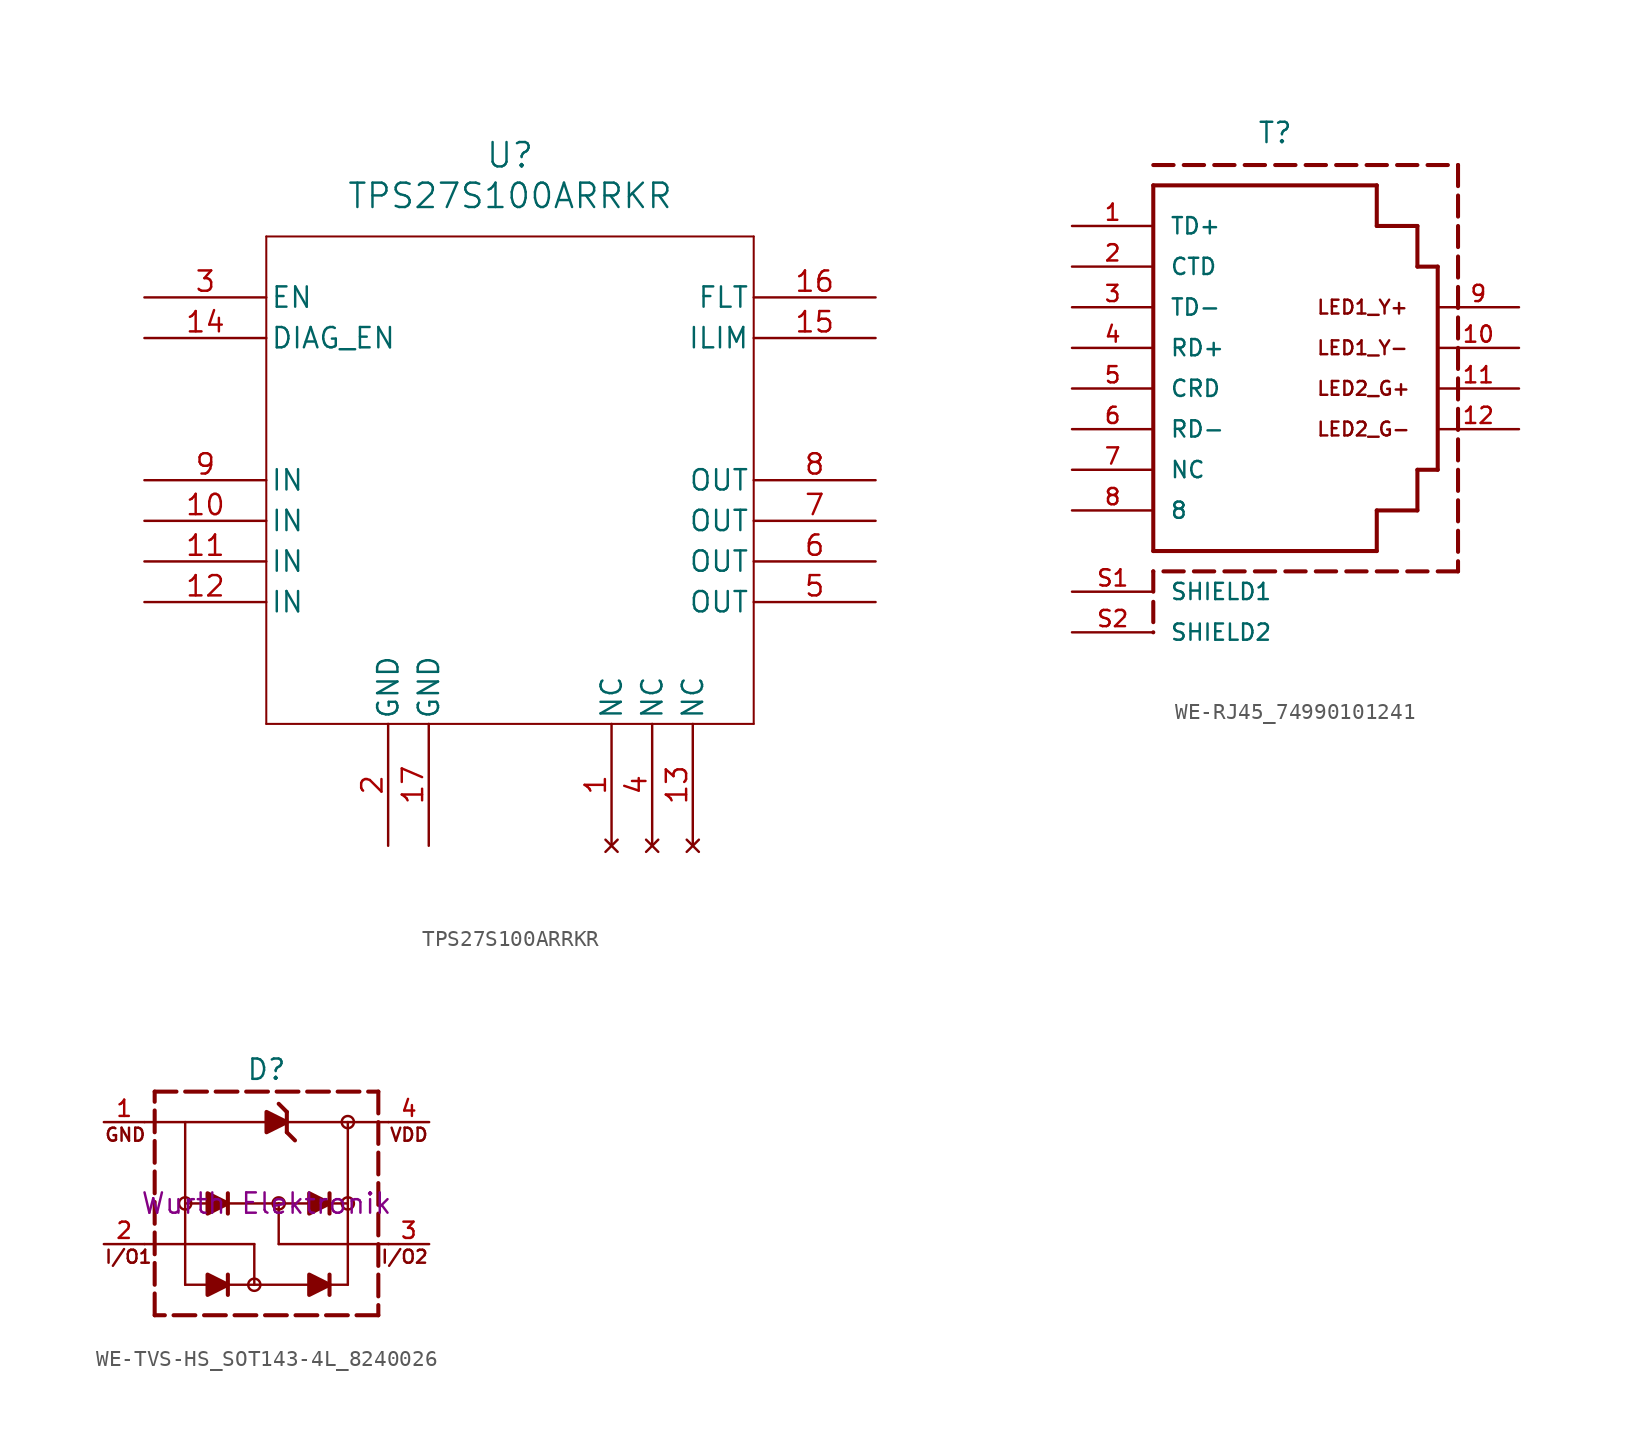
<source format=kicad_sym>
(kicad_symbol_lib
  (version 20241209)
  (generator "kicad_symbol_editor")
  (generator_version "9.0")
  (symbol "TPS27S100ARRKR"
    (pin_names
      (offset 0.254))
    (property "Reference" "U"
      (at 0 20.32 0)
      (effects (font (size 1.524 1.524))))
    (property "Value" "TPS27S100ARRKR"
      (at 0 17.78 0)
      (effects (font (size 1.524 1.524))))
    (symbol "TPS27S100ARRKR_0_1"
      (polyline (pts (xy -15.24 15.24) (xy -15.24 -15.24)) (stroke (width 0.127) (type default)) (fill (type none)))
      (polyline (pts (xy -15.24 -15.24) (xy 15.24 -15.24)) (stroke (width 0.127) (type default)) (fill (type none)))
      (polyline (pts (xy 15.24 15.24) (xy -15.24 15.24)) (stroke (width 0.127) (type default)) (fill (type none)))
      (polyline (pts (xy 15.24 -15.24) (xy 15.24 15.24)) (stroke (width 0.127) (type default)) (fill (type none)))
      (pin input line (at -22.86 11.43 0) (length 7.62) (name "EN" (effects (font (size 1.27 1.27)))) (number "3" (effects (font (size 1.27 1.27)))))
      (pin input line (at -22.86 8.89 0) (length 7.62) (name "DIAG_EN" (effects (font (size 1.27 1.27)))) (number "14" (effects (font (size 1.27 1.27)))))
      (pin power_in line (at -22.86 0 0) (length 7.62) (name "IN" (effects (font (size 1.27 1.27)))) (number "9" (effects (font (size 1.27 1.27)))))
      (pin power_in line (at -22.86 -2.54 0) (length 7.62) (name "IN" (effects (font (size 1.27 1.27)))) (number "10" (effects (font (size 1.27 1.27)))))
      (pin power_in line (at -22.86 -5.08 0) (length 7.62) (name "IN" (effects (font (size 1.27 1.27)))) (number "11" (effects (font (size 1.27 1.27)))))
      (pin power_in line (at -22.86 -7.62 0) (length 7.62) (name "IN" (effects (font (size 1.27 1.27)))) (number "12" (effects (font (size 1.27 1.27)))))
      (pin power_out line (at -7.62 -22.86 90) (length 7.62) (name "GND" (effects (font (size 1.27 1.27)))) (number "2" (effects (font (size 1.27 1.27)))))
      (pin power_out line (at -5.08 -22.86 90) (length 7.62) (name "GND" (effects (font (size 1.27 1.27)))) (number "17" (effects (font (size 1.27 1.27)))))
      (pin no_connect line (at 6.35 -22.86 90) (length 7.62) (name "NC" (effects (font (size 1.27 1.27)))) (number "1" (effects (font (size 1.27 1.27)))))
      (pin no_connect line (at 8.89 -22.86 90) (length 7.62) (name "NC" (effects (font (size 1.27 1.27)))) (number "4" (effects (font (size 1.27 1.27)))))
      (pin no_connect line (at 11.43 -22.86 90) (length 7.62) (name "NC" (effects (font (size 1.27 1.27)))) (number "13" (effects (font (size 1.27 1.27)))))
      (pin output line (at 22.86 11.43 180) (length 7.62) (name "FLT" (effects (font (size 1.27 1.27)))) (number "16" (effects (font (size 1.27 1.27)))))
      (pin output line (at 22.86 8.89 180) (length 7.62) (name "ILIM" (effects (font (size 1.27 1.27)))) (number "15" (effects (font (size 1.27 1.27)))))
      (pin output line (at 22.86 0 180) (length 7.62) (name "OUT" (effects (font (size 1.27 1.27)))) (number "8" (effects (font (size 1.27 1.27)))))
      (pin output line (at 22.86 -2.54 180) (length 7.62) (name "OUT" (effects (font (size 1.27 1.27)))) (number "7" (effects (font (size 1.27 1.27)))))
      (pin output line (at 22.86 -5.08 180) (length 7.62) (name "OUT" (effects (font (size 1.27 1.27)))) (number "6" (effects (font (size 1.27 1.27)))))
      (pin output line (at 22.86 -7.62 180) (length 7.62) (name "OUT" (effects (font (size 1.27 1.27)))) (number "5" (effects (font (size 1.27 1.27)))))))
  (symbol "WE-RJ45_74990101241"
    (pin_names
      (offset 1.016))
    (property "Reference" "T"
      (at 0 15.24 0)
      (effects (font (size 1.27 1.27)) (justify bottom)))
    (symbol "WE-RJ45_74990101241_0_0"
      (polyline (pts (xy -7.62 13.97) (xy -6.35 13.97)) (stroke (width 0.254) (type default)) (fill (type none)))
      (polyline (pts (xy -7.62 12.7) (xy 6.35 12.7)) (stroke (width 0.254) (type default)) (fill (type none)))
      (polyline (pts (xy -7.62 -10.16) (xy -7.62 12.7)) (stroke (width 0.254) (type default)) (fill (type none)))
      (polyline (pts (xy -7.62 -11.43) (xy -7.62 -11.43)) (stroke (width 0.254) (type default)) (fill (type none)))
      (polyline (pts (xy -7.62 -11.43) (xy -7.62 -12.7)) (stroke (width 0.254) (type default)) (fill (type none)))
      (polyline (pts (xy -7.62 -13.335) (xy -7.62 -14.605)) (stroke (width 0.254) (type default)) (fill (type none)))
      (polyline (pts (xy -7.62 -15.24) (xy -7.62 -15.24)) (stroke (width 0.254) (type default)) (fill (type none)))
      (polyline (pts (xy -5.715 13.97) (xy -4.445 13.97)) (stroke (width 0.254) (type default)) (fill (type none)))
      (polyline (pts (xy -5.715 -11.43) (xy -6.985 -11.43)) (stroke (width 0.254) (type default)) (fill (type none)))
      (polyline (pts (xy -3.81 13.97) (xy -2.54 13.97)) (stroke (width 0.254) (type default)) (fill (type none)))
      (polyline (pts (xy -3.81 -11.43) (xy -5.08 -11.43)) (stroke (width 0.254) (type default)) (fill (type none)))
      (polyline (pts (xy -1.905 13.97) (xy -0.635 13.97)) (stroke (width 0.254) (type default)) (fill (type none)))
      (polyline (pts (xy -1.905 -11.43) (xy -3.175 -11.43)) (stroke (width 0.254) (type default)) (fill (type none)))
      (polyline (pts (xy 0 13.97) (xy 1.27 13.97)) (stroke (width 0.254) (type default)) (fill (type none)))
      (polyline (pts (xy 0 -11.43) (xy -1.27 -11.43)) (stroke (width 0.254) (type default)) (fill (type none)))
      (polyline (pts (xy 1.905 13.97) (xy 3.175 13.97)) (stroke (width 0.254) (type default)) (fill (type none)))
      (polyline (pts (xy 1.905 -11.43) (xy 0.635 -11.43)) (stroke (width 0.254) (type default)) (fill (type none)))
      (polyline (pts (xy 3.81 13.97) (xy 5.08 13.97)) (stroke (width 0.254) (type default)) (fill (type none)))
      (polyline (pts (xy 3.81 -11.43) (xy 2.54 -11.43)) (stroke (width 0.254) (type default)) (fill (type none)))
      (polyline (pts (xy 5.715 13.97) (xy 6.985 13.97)) (stroke (width 0.254) (type default)) (fill (type none)))
      (polyline (pts (xy 5.715 -11.43) (xy 4.445 -11.43)) (stroke (width 0.254) (type default)) (fill (type none)))
      (polyline (pts (xy 6.35 12.7) (xy 6.35 10.16)) (stroke (width 0.254) (type default)) (fill (type none)))
      (polyline (pts (xy 6.35 10.16) (xy 8.89 10.16)) (stroke (width 0.254) (type default)) (fill (type none)))
      (polyline (pts (xy 6.35 -7.62) (xy 8.89 -7.62)) (stroke (width 0.254) (type default)) (fill (type none)))
      (polyline (pts (xy 6.35 -10.16) (xy -7.62 -10.16)) (stroke (width 0.254) (type default)) (fill (type none)))
      (polyline (pts (xy 6.35 -10.16) (xy 6.35 -7.62)) (stroke (width 0.254) (type default)) (fill (type none)))
      (polyline (pts (xy 7.62 13.97) (xy 8.89 13.97)) (stroke (width 0.254) (type default)) (fill (type none)))
      (polyline (pts (xy 7.62 -11.43) (xy 6.35 -11.43)) (stroke (width 0.254) (type default)) (fill (type none)))
      (polyline (pts (xy 8.89 10.16) (xy 8.89 7.62)) (stroke (width 0.254) (type default)) (fill (type none)))
      (polyline (pts (xy 8.89 7.62) (xy 10.16 7.62)) (stroke (width 0.254) (type default)) (fill (type none)))
      (polyline (pts (xy 8.89 -5.08) (xy 10.16 -5.08)) (stroke (width 0.254) (type default)) (fill (type none)))
      (polyline (pts (xy 8.89 -7.62) (xy 8.89 -5.08)) (stroke (width 0.254) (type default)) (fill (type none)))
      (polyline (pts (xy 9.525 13.97) (xy 10.795 13.97)) (stroke (width 0.254) (type default)) (fill (type none)))
      (polyline (pts (xy 9.525 -11.43) (xy 8.255 -11.43)) (stroke (width 0.254) (type default)) (fill (type none)))
      (polyline (pts (xy 10.16 7.62) (xy 10.16 -5.08)) (stroke (width 0.254) (type default)) (fill (type none)))
      (polyline (pts (xy 11.43 13.97) (xy 11.43 13.97)) (stroke (width 0.254) (type default)) (fill (type none)))
      (polyline (pts (xy 11.43 13.97) (xy 11.43 12.651)) (stroke (width 0.254) (type default)) (fill (type none)))
      (polyline (pts (xy 11.43 12.065) (xy 11.43 10.746)) (stroke (width 0.254) (type default)) (fill (type none)))
      (polyline (pts (xy 11.43 10.16) (xy 11.43 8.841)) (stroke (width 0.254) (type default)) (fill (type none)))
      (polyline (pts (xy 11.43 8.255) (xy 11.43 6.936)) (stroke (width 0.254) (type default)) (fill (type none)))
      (polyline (pts (xy 11.43 6.35) (xy 11.43 5.031)) (stroke (width 0.254) (type default)) (fill (type none)))
      (polyline (pts (xy 11.43 4.445) (xy 11.43 3.126)) (stroke (width 0.254) (type default)) (fill (type none)))
      (polyline (pts (xy 11.43 2.54) (xy 11.43 1.221)) (stroke (width 0.254) (type default)) (fill (type none)))
      (polyline (pts (xy 11.43 0.635) (xy 11.43 -0.684)) (stroke (width 0.254) (type default)) (fill (type none)))
      (polyline (pts (xy 11.43 -1.27) (xy 11.43 -2.589)) (stroke (width 0.254) (type default)) (fill (type none)))
      (polyline (pts (xy 11.43 -3.175) (xy 11.43 -4.494)) (stroke (width 0.254) (type default)) (fill (type none)))
      (polyline (pts (xy 11.43 -5.08) (xy 11.43 -6.399)) (stroke (width 0.254) (type default)) (fill (type none)))
      (polyline (pts (xy 11.43 -6.985) (xy 11.43 -8.304)) (stroke (width 0.254) (type default)) (fill (type none)))
      (polyline (pts (xy 11.43 -8.89) (xy 11.43 -10.209)) (stroke (width 0.254) (type default)) (fill (type none)))
      (polyline (pts (xy 11.43 -10.795) (xy 11.43 -11.43)) (stroke (width 0.254) (type default)) (fill (type none)))
      (polyline (pts (xy 11.43 -11.43) (xy 10.16 -11.43)) (stroke (width 0.254) (type default)) (fill (type none)))
      (text "LED1_Y+" (at 2.54 5.08 0) (effects (font (size 0.864 0.864)) (justify left)))
      (text "LED1_Y-" (at 2.54 2.54 0) (effects (font (size 0.864 0.864)) (justify left)))
      (text "LED2_G+" (at 2.54 0 0) (effects (font (size 0.864 0.864)) (justify left)))
      (text "LED2_G-" (at 2.54 -2.54 0) (effects (font (size 0.864 0.864)) (justify left)))
      (pin passive line (at -12.7 10.16 0) (length 5.08) (name "TD+" (effects (font (size 1.016 1.016)))) (number "1" (effects (font (size 1.016 1.016)))))
      (pin passive line (at -12.7 7.62 0) (length 5.08) (name "CTD" (effects (font (size 1.016 1.016)))) (number "2" (effects (font (size 1.016 1.016)))))
      (pin passive line (at -12.7 5.08 0) (length 5.08) (name "TD-" (effects (font (size 1.016 1.016)))) (number "3" (effects (font (size 1.016 1.016)))))
      (pin passive line (at -12.7 2.54 0) (length 5.08) (name "RD+" (effects (font (size 1.016 1.016)))) (number "4" (effects (font (size 1.016 1.016)))))
      (pin passive line (at -12.7 0 0) (length 5.08) (name "CRD" (effects (font (size 1.016 1.016)))) (number "5" (effects (font (size 1.016 1.016)))))
      (pin passive line (at -12.7 -2.54 0) (length 5.08) (name "RD-" (effects (font (size 1.016 1.016)))) (number "6" (effects (font (size 1.016 1.016)))))
      (pin passive line (at -12.7 -5.08 0) (length 5.08) (name "NC" (effects (font (size 1.016 1.016)))) (number "7" (effects (font (size 1.016 1.016)))))
      (pin passive line (at -12.7 -7.62 0) (length 5.08) (name "8" (effects (font (size 1.016 1.016)))) (number "8" (effects (font (size 1.016 1.016)))))
      (pin passive line (at -12.7 -12.7 0) (length 5.08) (name "SHIELD1" (effects (font (size 1.016 1.016)))) (number "S1" (effects (font (size 1.016 1.016)))))
      (pin passive line (at -12.7 -15.24 0) (length 5.08) (name "SHIELD2" (effects (font (size 1.016 1.016)))) (number "S2" (effects (font (size 1.016 1.016)))))
      (pin passive line (at 15.24 5.08 180) (length 5.08) (name "~" (effects (font (size 1.016 1.016)))) (number "9" (effects (font (size 1.016 1.016)))))
      (pin passive line (at 15.24 2.54 180) (length 5.08) (name "~" (effects (font (size 1.016 1.016)))) (number "10" (effects (font (size 1.016 1.016)))))
      (pin passive line (at 15.24 0 180) (length 5.08) (name "~" (effects (font (size 1.016 1.016)))) (number "11" (effects (font (size 1.016 1.016)))))
      (pin passive line (at 15.24 -2.54 180) (length 5.08) (name "~" (effects (font (size 1.016 1.016)))) (number "12" (effects (font (size 1.016 1.016)))))))
  (symbol "WE-TVS-HS_SOT143-4L_8240026"
    (pin_names
      (offset 1.016))
    (property "Reference" "D"
      (at 0 7.62 0)
      (effects (font (size 1.27 1.27)) (justify bottom)))
    (property "Manufacturer" "Wurth Elektronik"
      (at 0 0 0)
      (effects (font (size 1.27 1.27))))
    (symbol "WE-TVS-HS_SOT143-4L_8240026_0_0"
      (polyline (pts (xy -6.985 6.985) (xy -5.624 6.985)) (stroke (width 0.254) (type default)) (fill (type none)))
      (polyline (pts (xy -6.985 6.35) (xy -6.985 6.985)) (stroke (width 0.254) (type default)) (fill (type none)))
      (polyline (pts (xy -6.985 4.445) (xy -6.985 5.806)) (stroke (width 0.254) (type default)) (fill (type none)))
      (polyline (pts (xy -6.985 2.54) (xy -6.985 3.901)) (stroke (width 0.254) (type default)) (fill (type none)))
      (polyline (pts (xy -6.985 0.635) (xy -6.985 1.996)) (stroke (width 0.254) (type default)) (fill (type none)))
      (polyline (pts (xy -6.985 -1.27) (xy -6.985 0.091)) (stroke (width 0.254) (type default)) (fill (type none)))
      (polyline (pts (xy -6.985 -3.175) (xy -6.985 -1.814)) (stroke (width 0.254) (type default)) (fill (type none)))
      (polyline (pts (xy -6.985 -5.08) (xy -6.985 -3.719)) (stroke (width 0.254) (type default)) (fill (type none)))
      (polyline (pts (xy -6.985 -6.985) (xy -6.985 -5.624)) (stroke (width 0.254) (type default)) (fill (type none)))
      (polyline (pts (xy -6.35 -6.985) (xy -6.985 -6.985)) (stroke (width 0.254) (type default)) (fill (type none)))
      (polyline (pts (xy -5.08 6.985) (xy -3.719 6.985)) (stroke (width 0.254) (type default)) (fill (type none)))
      (polyline (pts (xy -5.08 5.08) (xy -7.62 5.08)) (stroke (width 0.152) (type default)) (fill (type none)))
      (polyline (pts (xy -5.08 5.08) (xy -5.08 -5.08)) (stroke (width 0.152) (type default)) (fill (type none)))
      (polyline (pts (xy -5.08 5.08) (xy 5.08 5.08)) (stroke (width 0.152) (type default)) (fill (type none)))
      (circle (center -5.08 0) (radius 0.381) (stroke (width 0) (type default)) (fill (type none)))
      (polyline (pts (xy -4.445 -6.985) (xy -5.806 -6.985)) (stroke (width 0.254) (type default)) (fill (type none)))
      (polyline (pts (xy -3.81 0) (xy -5.08 0)) (stroke (width 0.152) (type default)) (fill (type none)))
      (polyline (pts (xy -3.81 -5.08) (xy -5.08 -5.08)) (stroke (width 0.152) (type default)) (fill (type none)))
      (polyline (pts (xy -3.683 0.635) (xy -2.413 0) (xy -3.683 -0.635) (xy -3.683 0.635)) (stroke (width 0.254) (type default)) (fill (type outline)))
      (polyline (pts (xy -3.683 -4.445) (xy -2.413 -5.08) (xy -3.683 -5.715) (xy -3.683 -4.445)) (stroke (width 0.254) (type default)) (fill (type outline)))
      (polyline (pts (xy -3.175 6.985) (xy -1.814 6.985)) (stroke (width 0.254) (type default)) (fill (type none)))
      (polyline (pts (xy -2.54 -6.985) (xy -3.901 -6.985)) (stroke (width 0.254) (type default)) (fill (type none)))
      (polyline (pts (xy -2.413 0.635) (xy -2.413 -0.635)) (stroke (width 0.254) (type default)) (fill (type none)))
      (polyline (pts (xy -2.413 -4.445) (xy -2.413 -5.08)) (stroke (width 0.254) (type default)) (fill (type none)))
      (polyline (pts (xy -2.413 -5.08) (xy -2.413 -5.715)) (stroke (width 0.254) (type default)) (fill (type none)))
      (polyline (pts (xy -1.27 6.985) (xy 0.091 6.985)) (stroke (width 0.254) (type default)) (fill (type none)))
      (polyline (pts (xy -0.762 -2.54) (xy -7.62 -2.54)) (stroke (width 0.152) (type default)) (fill (type none)))
      (circle (center -0.762 -5.08) (radius 0.381) (stroke (width 0) (type default)) (fill (type none)))
      (polyline (pts (xy -0.762 -5.08) (xy -2.413 -5.08)) (stroke (width 0.152) (type default)) (fill (type none)))
      (polyline (pts (xy -0.762 -5.08) (xy -0.762 -2.54)) (stroke (width 0.152) (type default)) (fill (type none)))
      (polyline (pts (xy -0.635 -6.985) (xy -1.996 -6.985)) (stroke (width 0.254) (type default)) (fill (type none)))
      (polyline (pts (xy 0 5.715) (xy 1.27 5.08) (xy 0 4.445) (xy 0 5.715)) (stroke (width 0.254) (type default)) (fill (type outline)))
      (polyline (pts (xy 0.635 6.985) (xy 1.996 6.985)) (stroke (width 0.254) (type default)) (fill (type none)))
      (polyline (pts (xy 0.762 0) (xy -2.54 0)) (stroke (width 0.152) (type default)) (fill (type none)))
      (polyline (pts (xy 0.762 0) (xy 0.762 -2.54)) (stroke (width 0.152) (type default)) (fill (type none)))
      (circle (center 0.762 0) (radius 0.381) (stroke (width 0) (type default)) (fill (type none)))
      (polyline (pts (xy 0.762 -2.54) (xy 7.62 -2.54)) (stroke (width 0.152) (type default)) (fill (type none)))
      (polyline (pts (xy 1.27 5.715) (xy 0.762 6.223)) (stroke (width 0.254) (type default)) (fill (type none)))
      (polyline (pts (xy 1.27 5.715) (xy 1.27 4.445)) (stroke (width 0.254) (type default)) (fill (type none)))
      (polyline (pts (xy 1.27 4.445) (xy 1.778 3.937)) (stroke (width 0.254) (type default)) (fill (type none)))
      (polyline (pts (xy 1.27 -6.985) (xy -0.091 -6.985)) (stroke (width 0.254) (type default)) (fill (type none)))
      (polyline (pts (xy 2.54 6.985) (xy 3.901 6.985)) (stroke (width 0.254) (type default)) (fill (type none)))
      (polyline (pts (xy 2.54 0) (xy 0.762 0)) (stroke (width 0.152) (type default)) (fill (type none)))
      (polyline (pts (xy 2.54 -5.08) (xy -0.762 -5.08)) (stroke (width 0.152) (type default)) (fill (type none)))
      (polyline (pts (xy 2.667 0.635) (xy 3.937 0) (xy 2.667 -0.635) (xy 2.667 0.635)) (stroke (width 0.254) (type default)) (fill (type outline)))
      (polyline (pts (xy 2.667 -4.445) (xy 3.937 -5.08) (xy 2.667 -5.715) (xy 2.667 -4.445)) (stroke (width 0.254) (type default)) (fill (type outline)))
      (polyline (pts (xy 3.175 -6.985) (xy 1.814 -6.985)) (stroke (width 0.254) (type default)) (fill (type none)))
      (polyline (pts (xy 3.81 0) (xy 5.08 0)) (stroke (width 0.152) (type default)) (fill (type none)))
      (polyline (pts (xy 3.937 0.635) (xy 3.937 -0.635)) (stroke (width 0.254) (type default)) (fill (type none)))
      (polyline (pts (xy 3.937 -4.445) (xy 3.937 -5.08)) (stroke (width 0.254) (type default)) (fill (type none)))
      (polyline (pts (xy 3.937 -5.08) (xy 3.937 -5.715)) (stroke (width 0.254) (type default)) (fill (type none)))
      (polyline (pts (xy 3.937 -5.08) (xy 5.08 -5.08)) (stroke (width 0.152) (type default)) (fill (type none)))
      (polyline (pts (xy 4.445 6.985) (xy 5.806 6.985)) (stroke (width 0.254) (type default)) (fill (type none)))
      (polyline (pts (xy 5.08 5.08) (xy 5.08 -5.08)) (stroke (width 0.152) (type default)) (fill (type none)))
      (polyline (pts (xy 5.08 5.08) (xy 7.62 5.08)) (stroke (width 0.152) (type default)) (fill (type none)))
      (circle (center 5.08 5.08) (radius 0.381) (stroke (width 0) (type default)) (fill (type none)))
      (circle (center 5.08 0) (radius 0.381) (stroke (width 0) (type default)) (fill (type none)))
      (polyline (pts (xy 5.08 -6.985) (xy 3.719 -6.985)) (stroke (width 0.254) (type default)) (fill (type none)))
      (polyline (pts (xy 6.35 6.985) (xy 6.985 6.985)) (stroke (width 0.254) (type default)) (fill (type none)))
      (polyline (pts (xy 6.985 6.985) (xy 6.985 5.624)) (stroke (width 0.254) (type default)) (fill (type none)))
      (polyline (pts (xy 6.985 5.08) (xy 6.985 3.719)) (stroke (width 0.254) (type default)) (fill (type none)))
      (polyline (pts (xy 6.985 3.175) (xy 6.985 1.814)) (stroke (width 0.254) (type default)) (fill (type none)))
      (polyline (pts (xy 6.985 1.27) (xy 6.985 -0.091)) (stroke (width 0.254) (type default)) (fill (type none)))
      (polyline (pts (xy 6.985 -0.635) (xy 6.985 -1.996)) (stroke (width 0.254) (type default)) (fill (type none)))
      (polyline (pts (xy 6.985 -2.54) (xy 6.985 -3.901)) (stroke (width 0.254) (type default)) (fill (type none)))
      (polyline (pts (xy 6.985 -4.445) (xy 6.985 -5.806)) (stroke (width 0.254) (type default)) (fill (type none)))
      (polyline (pts (xy 6.985 -6.35) (xy 6.985 -6.985)) (stroke (width 0.254) (type default)) (fill (type none)))
      (polyline (pts (xy 6.985 -6.985) (xy 5.624 -6.985)) (stroke (width 0.254) (type default)) (fill (type none)))
      (text "GND" (at -10.16 3.81 0) (effects (font (size 0.813 0.813)) (justify left bottom)))
      (text "I/O1" (at -10.16 -3.81 0) (effects (font (size 0.813 0.813)) (justify left bottom)))
      (text "VDD" (at 10.16 3.81 0) (effects (font (size 0.813 0.813)) (justify right bottom)))
      (text "I/O2" (at 10.16 -3.81 0) (effects (font (size 0.813 0.813)) (justify right bottom)))
      (pin passive line (at -10.16 5.08 0) (length 2.54) (name "~" (effects (font (size 1.016 1.016)))) (number "1" (effects (font (size 1.016 1.016)))))
      (pin passive line (at -10.16 -2.54 0) (length 2.54) (name "~" (effects (font (size 1.016 1.016)))) (number "2" (effects (font (size 1.016 1.016)))))
      (pin passive line (at 10.16 5.08 180) (length 2.54) (name "~" (effects (font (size 1.016 1.016)))) (number "4" (effects (font (size 1.016 1.016)))))
      (pin passive line (at 10.16 -2.54 180) (length 2.54) (name "~" (effects (font (size 1.016 1.016)))) (number "3" (effects (font (size 1.016 1.016))))))))
</source>
